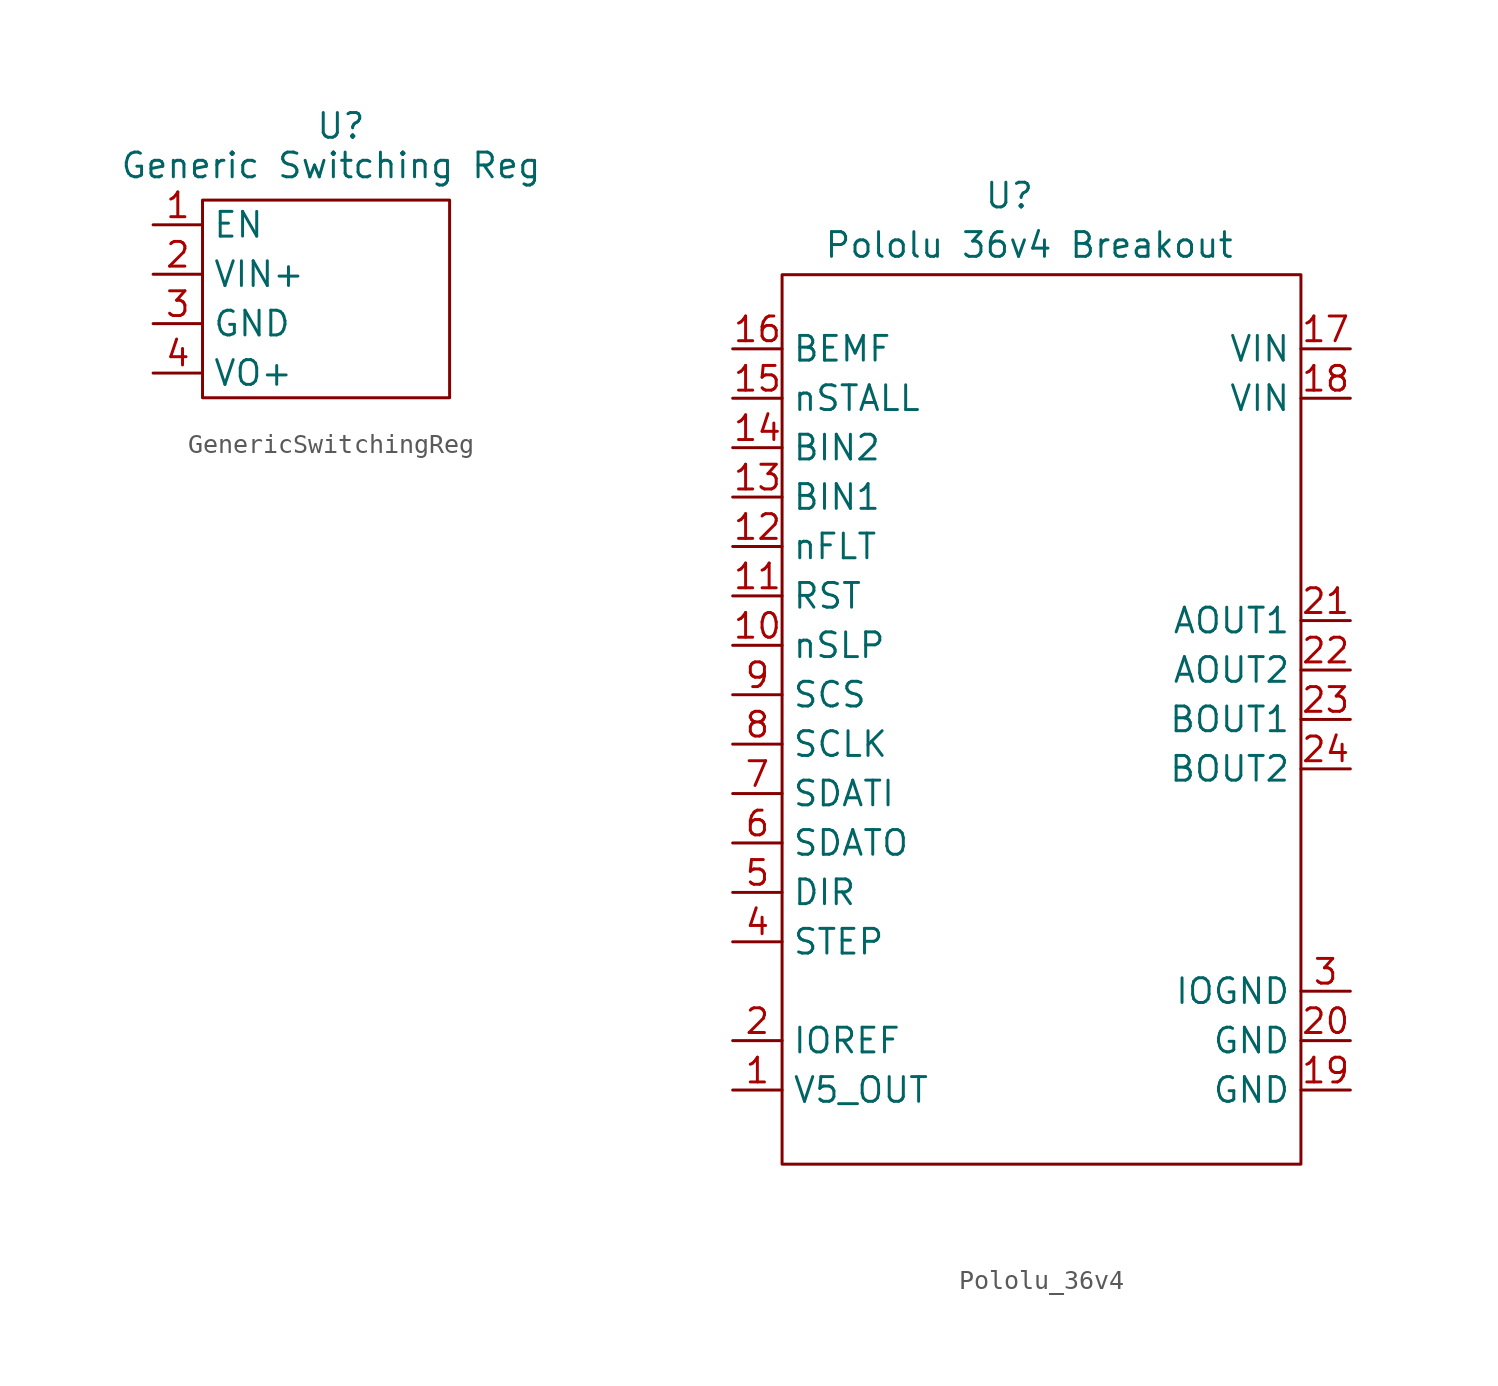
<source format=kicad_sym>
(kicad_symbol_lib
  (version 20231120)
  (generator "kicad_symbol_editor")
  (generator_version "8.0")
  (symbol "GenericSwitchingReg"
    (property "Reference" "U"
      (at 7.112 16.51 0)
      (effects (font (size 1.27 1.27))))
    (property "Value" "Generic Switching Reg"
      (at 6.604 14.478 0)
      (effects (font (size 1.27 1.27))))
    (symbol "GenericSwitchingReg_0_1"
      (rectangle (start 0 12.7) (end 12.7 2.54) (stroke (width 0) (type default)) (fill (type none))))
    (symbol "GenericSwitchingReg_1_1"
      (pin input line (at -2.54 11.43 0) (length 2.54) (name "EN" (effects (font (size 1.27 1.27)))) (number "1" (effects (font (size 1.27 1.27)))))
      (pin input line (at -2.54 8.89 0) (length 2.54) (name "VIN+" (effects (font (size 1.27 1.27)))) (number "2" (effects (font (size 1.27 1.27)))))
      (pin power_out line (at -2.54 6.35 0) (length 2.54) (name "GND" (effects (font (size 1.27 1.27)))) (number "3" (effects (font (size 1.27 1.27)))))
      (pin power_out line (at -2.54 3.81 0) (length 2.54) (name "VO+" (effects (font (size 1.27 1.27)))) (number "4" (effects (font (size 1.27 1.27)))))))
  (symbol "Pololu_36v4"
    (property "Reference" "U"
      (at 11.684 2.794 0)
      (effects (font (size 1.27 1.27))))
    (property "Value" "Pololu 36v4 Breakout"
      (at 12.7 0.254 0)
      (effects (font (size 1.27 1.27))))
    (symbol "Pololu_36v4_0_0"
      (pin power_out line (at -2.54 -43.18 0) (length 2.54) (name "V5_OUT" (effects (font (size 1.27 1.27)))) (number "1" (effects (font (size 1.27 1.27)))))
      (pin output line (at -2.54 -20.32 0) (length 2.54) (name "nSLP" (effects (font (size 1.27 1.27)))) (number "10" (effects (font (size 1.27 1.27)))))
      (pin input line (at -2.54 -17.78 0) (length 2.54) (name "RST" (effects (font (size 1.27 1.27)))) (number "11" (effects (font (size 1.27 1.27)))))
      (pin output line (at -2.54 -15.24 0) (length 2.54) (name "nFLT" (effects (font (size 1.27 1.27)))) (number "12" (effects (font (size 1.27 1.27)))))
      (pin input line (at -2.54 -12.7 0) (length 2.54) (name "BIN1" (effects (font (size 1.27 1.27)))) (number "13" (effects (font (size 1.27 1.27)))))
      (pin input line (at -2.54 -10.16 0) (length 2.54) (name "BIN2" (effects (font (size 1.27 1.27)))) (number "14" (effects (font (size 1.27 1.27)))))
      (pin output line (at -2.54 -7.62 0) (length 2.54) (name "nSTALL" (effects (font (size 1.27 1.27)))) (number "15" (effects (font (size 1.27 1.27)))))
      (pin output line (at -2.54 -5.08 0) (length 2.54) (name "BEMF" (effects (font (size 1.27 1.27)))) (number "16" (effects (font (size 1.27 1.27)))))
      (pin input line (at 29.21 -5.08 180) (length 2.54) (name "VIN" (effects (font (size 1.27 1.27)))) (number "17" (effects (font (size 1.27 1.27)))))
      (pin input line (at 29.21 -7.62 180) (length 2.54) (name "VIN" (effects (font (size 1.27 1.27)))) (number "18" (effects (font (size 1.27 1.27)))))
      (pin input line (at 29.21 -43.18 180) (length 2.54) (name "GND" (effects (font (size 1.27 1.27)))) (number "19" (effects (font (size 1.27 1.27)))))
      (pin output line (at -2.54 -40.64 0) (length 2.54) (name "IOREF" (effects (font (size 1.27 1.27)))) (number "2" (effects (font (size 1.27 1.27)))))
      (pin input line (at 29.21 -40.64 180) (length 2.54) (name "GND" (effects (font (size 1.27 1.27)))) (number "20" (effects (font (size 1.27 1.27)))))
      (pin input line (at 29.21 -19.05 180) (length 2.54) (name "AOUT1" (effects (font (size 1.27 1.27)))) (number "21" (effects (font (size 1.27 1.27)))))
      (pin input line (at 29.21 -21.59 180) (length 2.54) (name "AOUT2" (effects (font (size 1.27 1.27)))) (number "22" (effects (font (size 1.27 1.27)))))
      (pin input line (at 29.21 -24.13 180) (length 2.54) (name "BOUT1" (effects (font (size 1.27 1.27)))) (number "23" (effects (font (size 1.27 1.27)))))
      (pin input line (at 29.21 -26.67 180) (length 2.54) (name "BOUT2" (effects (font (size 1.27 1.27)))) (number "24" (effects (font (size 1.27 1.27)))))
      (pin input line (at -2.54 -35.56 0) (length 2.54) (name "STEP" (effects (font (size 1.27 1.27)))) (number "4" (effects (font (size 1.27 1.27)))))
      (pin input line (at -2.54 -33.02 0) (length 2.54) (name "DIR" (effects (font (size 1.27 1.27)))) (number "5" (effects (font (size 1.27 1.27)))))
      (pin output line (at -2.54 -30.48 0) (length 2.54) (name "SDATO" (effects (font (size 1.27 1.27)))) (number "6" (effects (font (size 1.27 1.27)))))
      (pin power_in line (at -2.54 -27.94 0) (length 2.54) (name "SDATI" (effects (font (size 1.27 1.27)))) (number "7" (effects (font (size 1.27 1.27)))))
      (pin input line (at -2.54 -25.4 0) (length 2.54) (name "SCLK" (effects (font (size 1.27 1.27)))) (number "8" (effects (font (size 1.27 1.27)))))
      (pin input line (at -2.54 -22.86 0) (length 2.54) (name "SCS" (effects (font (size 1.27 1.27)))) (number "9" (effects (font (size 1.27 1.27))))))
    (symbol "Pololu_36v4_0_1"
      (rectangle (start 0 -1.27) (end 26.67 -46.99) (stroke (width 0) (type default)) (fill (type none))))
    (symbol "Pololu_36v4_1_0"
      (pin power_in line (at 29.21 -38.1 180) (length 2.54) (name "IOGND" (effects (font (size 1.27 1.27)))) (number "3" (effects (font (size 1.27 1.27))))))))
</source>
